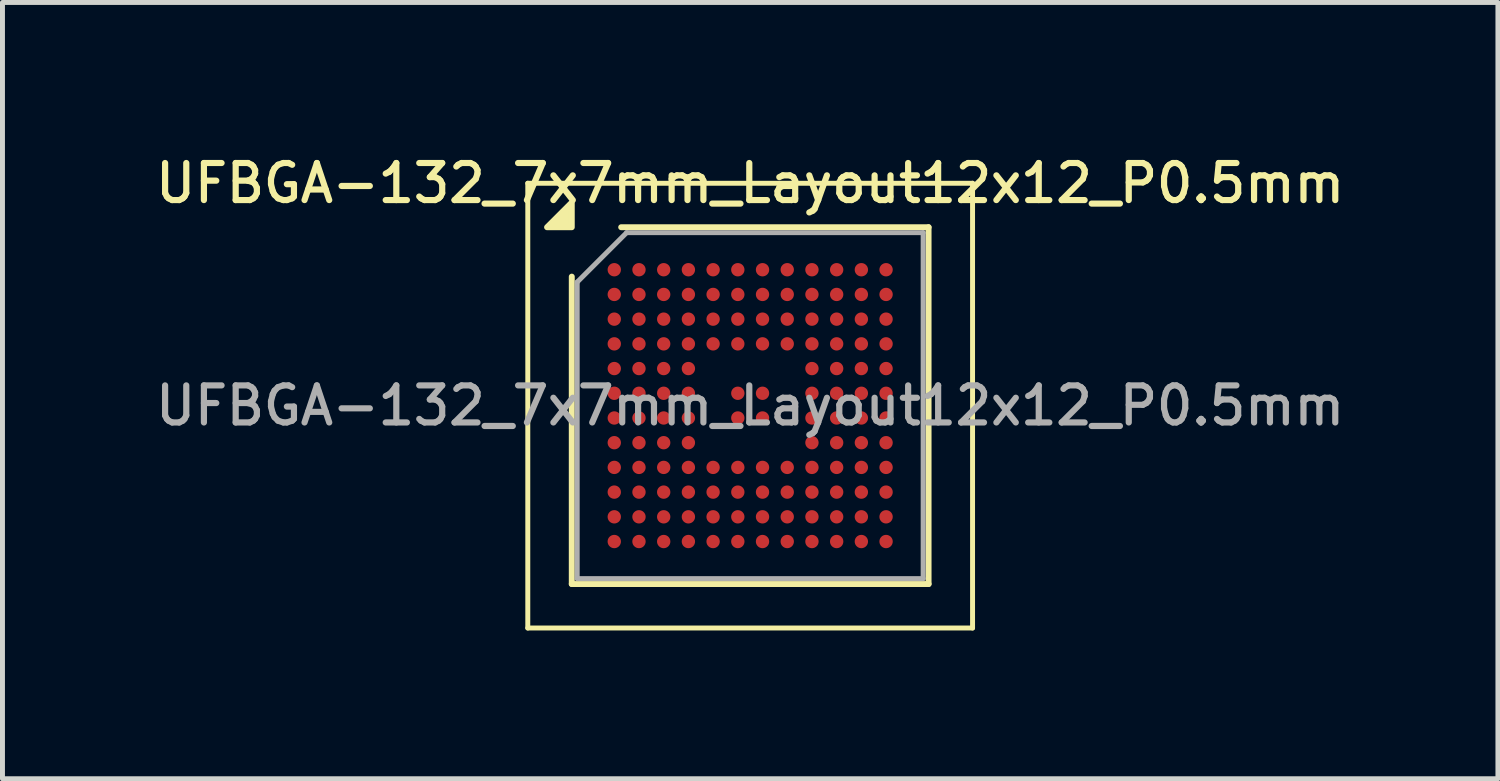
<source format=kicad_pcb>
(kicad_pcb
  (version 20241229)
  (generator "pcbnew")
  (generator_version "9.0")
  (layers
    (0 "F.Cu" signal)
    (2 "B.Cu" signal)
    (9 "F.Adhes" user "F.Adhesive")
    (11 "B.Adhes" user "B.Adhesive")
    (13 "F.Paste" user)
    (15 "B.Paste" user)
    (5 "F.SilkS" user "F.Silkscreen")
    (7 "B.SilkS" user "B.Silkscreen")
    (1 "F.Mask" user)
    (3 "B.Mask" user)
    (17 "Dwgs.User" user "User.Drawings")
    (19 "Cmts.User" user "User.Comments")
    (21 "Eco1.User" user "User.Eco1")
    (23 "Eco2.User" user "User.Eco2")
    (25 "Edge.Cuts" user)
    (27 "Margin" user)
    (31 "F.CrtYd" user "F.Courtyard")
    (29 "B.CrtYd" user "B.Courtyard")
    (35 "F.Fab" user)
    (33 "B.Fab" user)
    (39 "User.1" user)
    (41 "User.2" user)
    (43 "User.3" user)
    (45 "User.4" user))
  (footprint "UFBGA-132_7x7mm_Layout12x12_P0.5mm"
    (layer "F.Cu")
    (at 12.13 5.158)
    (property "Reference" "UFBGA-132_7x7mm_Layout12x12_P0.5mm" (at 0 -4.5 0) (layer "F.SilkS") (effects (font (size 0.75 0.75) (thickness 0.125))))
    (attr smd)
    (fp_line (start -4.5 -4.5) (end -4.5 4.5) (stroke (width 0.1) (type solid)) (layer "F.SilkS"))
    (fp_line (start -4.5 4.5) (end 4.5 4.5) (stroke (width 0.1) (type solid)) (layer "F.SilkS"))
    (fp_line (start -3.61 3.61) (end -3.61 -2.61) (stroke (width 0.12) (type solid)) (layer "F.SilkS"))
    (fp_line (start -2.61 -3.61) (end 3.61 -3.61) (stroke (width 0.12) (type solid)) (layer "F.SilkS"))
    (fp_line (start 3.61 -3.61) (end 3.61 3.61) (stroke (width 0.12) (type solid)) (layer "F.SilkS"))
    (fp_line (start 3.61 3.61) (end -3.61 3.61) (stroke (width 0.12) (type solid)) (layer "F.SilkS"))
    (fp_line (start 4.5 -4.5) (end -4.5 -4.5) (stroke (width 0.1) (type solid)) (layer "F.SilkS"))
    (fp_line (start 4.5 4.5) (end 4.5 -4.5) (stroke (width 0.1) (type solid)) (layer "F.SilkS"))
    (fp_poly (pts (xy -3.61 -3.61) (xy -4.11 -3.61) (xy -3.61 -4.11) (xy -3.61 -3.61)) (stroke (width 0.12) (type solid)) (fill yes) (layer "F.SilkS"))
    (fp_line (start -3.5 -2.5) (end -2.5 -3.5) (stroke (width 0.1) (type solid)) (layer "F.Fab"))
    (fp_line (start -3.5 3.5) (end -3.5 -2.5) (stroke (width 0.1) (type solid)) (layer "F.Fab"))
    (fp_line (start -2.5 -3.5) (end 3.5 -3.5) (stroke (width 0.1) (type solid)) (layer "F.Fab"))
    (fp_line (start 3.5 -3.5) (end 3.5 3.5) (stroke (width 0.1) (type solid)) (layer "F.Fab"))
    (fp_line (start 3.5 3.5) (end -3.5 3.5) (stroke (width 0.1) (type solid)) (layer "F.Fab"))
    (fp_text user "${REFERENCE}" (at 0 0 0) (layer "F.Fab") (effects (font (size 0.75 0.75) (thickness 0.125))))
    (pad "A1" smd circle (at -2.75 -2.75) (size 0.27 0.27) (property pad_prop_bga) (layers "F.Cu" "F.Mask" "F.Paste"))
    (pad "A2" smd circle (at -2.25 -2.75) (size 0.27 0.27) (property pad_prop_bga) (layers "F.Cu" "F.Mask" "F.Paste"))
    (pad "A3" smd circle (at -1.75 -2.75) (size 0.27 0.27) (property pad_prop_bga) (layers "F.Cu" "F.Mask" "F.Paste"))
    (pad "A4" smd circle (at -1.25 -2.75) (size 0.27 0.27) (property pad_prop_bga) (layers "F.Cu" "F.Mask" "F.Paste"))
    (pad "A5" smd circle (at -0.75 -2.75) (size 0.27 0.27) (property pad_prop_bga) (layers "F.Cu" "F.Mask" "F.Paste"))
    (pad "A6" smd circle (at -0.25 -2.75) (size 0.27 0.27) (property pad_prop_bga) (layers "F.Cu" "F.Mask" "F.Paste"))
    (pad "A7" smd circle (at 0.25 -2.75) (size 0.27 0.27) (property pad_prop_bga) (layers "F.Cu" "F.Mask" "F.Paste"))
    (pad "A8" smd circle (at 0.75 -2.75) (size 0.27 0.27) (property pad_prop_bga) (layers "F.Cu" "F.Mask" "F.Paste"))
    (pad "A9" smd circle (at 1.25 -2.75) (size 0.27 0.27) (property pad_prop_bga) (layers "F.Cu" "F.Mask" "F.Paste"))
    (pad "A10" smd circle (at 1.75 -2.75) (size 0.27 0.27) (property pad_prop_bga) (layers "F.Cu" "F.Mask" "F.Paste"))
    (pad "A11" smd circle (at 2.25 -2.75) (size 0.27 0.27) (property pad_prop_bga) (layers "F.Cu" "F.Mask" "F.Paste"))
    (pad "A12" smd circle (at 2.75 -2.75) (size 0.27 0.27) (property pad_prop_bga) (layers "F.Cu" "F.Mask" "F.Paste"))
    (pad "B1" smd circle (at -2.75 -2.25) (size 0.27 0.27) (property pad_prop_bga) (layers "F.Cu" "F.Mask" "F.Paste"))
    (pad "B2" smd circle (at -2.25 -2.25) (size 0.27 0.27) (property pad_prop_bga) (layers "F.Cu" "F.Mask" "F.Paste"))
    (pad "B3" smd circle (at -1.75 -2.25) (size 0.27 0.27) (property pad_prop_bga) (layers "F.Cu" "F.Mask" "F.Paste"))
    (pad "B4" smd circle (at -1.25 -2.25) (size 0.27 0.27) (property pad_prop_bga) (layers "F.Cu" "F.Mask" "F.Paste"))
    (pad "B5" smd circle (at -0.75 -2.25) (size 0.27 0.27) (property pad_prop_bga) (layers "F.Cu" "F.Mask" "F.Paste"))
    (pad "B6" smd circle (at -0.25 -2.25) (size 0.27 0.27) (property pad_prop_bga) (layers "F.Cu" "F.Mask" "F.Paste"))
    (pad "B7" smd circle (at 0.25 -2.25) (size 0.27 0.27) (property pad_prop_bga) (layers "F.Cu" "F.Mask" "F.Paste"))
    (pad "B8" smd circle (at 0.75 -2.25) (size 0.27 0.27) (property pad_prop_bga) (layers "F.Cu" "F.Mask" "F.Paste"))
    (pad "B9" smd circle (at 1.25 -2.25) (size 0.27 0.27) (property pad_prop_bga) (layers "F.Cu" "F.Mask" "F.Paste"))
    (pad "B10" smd circle (at 1.75 -2.25) (size 0.27 0.27) (property pad_prop_bga) (layers "F.Cu" "F.Mask" "F.Paste"))
    (pad "B11" smd circle (at 2.25 -2.25) (size 0.27 0.27) (property pad_prop_bga) (layers "F.Cu" "F.Mask" "F.Paste"))
    (pad "B12" smd circle (at 2.75 -2.25) (size 0.27 0.27) (property pad_prop_bga) (layers "F.Cu" "F.Mask" "F.Paste"))
    (pad "C1" smd circle (at -2.75 -1.75) (size 0.27 0.27) (property pad_prop_bga) (layers "F.Cu" "F.Mask" "F.Paste"))
    (pad "C2" smd circle (at -2.25 -1.75) (size 0.27 0.27) (property pad_prop_bga) (layers "F.Cu" "F.Mask" "F.Paste"))
    (pad "C3" smd circle (at -1.75 -1.75) (size 0.27 0.27) (property pad_prop_bga) (layers "F.Cu" "F.Mask" "F.Paste"))
    (pad "C4" smd circle (at -1.25 -1.75) (size 0.27 0.27) (property pad_prop_bga) (layers "F.Cu" "F.Mask" "F.Paste"))
    (pad "C5" smd circle (at -0.75 -1.75) (size 0.27 0.27) (property pad_prop_bga) (layers "F.Cu" "F.Mask" "F.Paste"))
    (pad "C6" smd circle (at -0.25 -1.75) (size 0.27 0.27) (property pad_prop_bga) (layers "F.Cu" "F.Mask" "F.Paste"))
    (pad "C7" smd circle (at 0.25 -1.75) (size 0.27 0.27) (property pad_prop_bga) (layers "F.Cu" "F.Mask" "F.Paste"))
    (pad "C8" smd circle (at 0.75 -1.75) (size 0.27 0.27) (property pad_prop_bga) (layers "F.Cu" "F.Mask" "F.Paste"))
    (pad "C9" smd circle (at 1.25 -1.75) (size 0.27 0.27) (property pad_prop_bga) (layers "F.Cu" "F.Mask" "F.Paste"))
    (pad "C10" smd circle (at 1.75 -1.75) (size 0.27 0.27) (property pad_prop_bga) (layers "F.Cu" "F.Mask" "F.Paste"))
    (pad "C11" smd circle (at 2.25 -1.75) (size 0.27 0.27) (property pad_prop_bga) (layers "F.Cu" "F.Mask" "F.Paste"))
    (pad "C12" smd circle (at 2.75 -1.75) (size 0.27 0.27) (property pad_prop_bga) (layers "F.Cu" "F.Mask" "F.Paste"))
    (pad "D1" smd circle (at -2.75 -1.25) (size 0.27 0.27) (property pad_prop_bga) (layers "F.Cu" "F.Mask" "F.Paste"))
    (pad "D2" smd circle (at -2.25 -1.25) (size 0.27 0.27) (property pad_prop_bga) (layers "F.Cu" "F.Mask" "F.Paste"))
    (pad "D3" smd circle (at -1.75 -1.25) (size 0.27 0.27) (property pad_prop_bga) (layers "F.Cu" "F.Mask" "F.Paste"))
    (pad "D4" smd circle (at -1.25 -1.25) (size 0.27 0.27) (property pad_prop_bga) (layers "F.Cu" "F.Mask" "F.Paste"))
    (pad "D5" smd circle (at -0.75 -1.25) (size 0.27 0.27) (property pad_prop_bga) (layers "F.Cu" "F.Mask" "F.Paste"))
    (pad "D6" smd circle (at -0.25 -1.25) (size 0.27 0.27) (property pad_prop_bga) (layers "F.Cu" "F.Mask" "F.Paste"))
    (pad "D7" smd circle (at 0.25 -1.25) (size 0.27 0.27) (property pad_prop_bga) (layers "F.Cu" "F.Mask" "F.Paste"))
    (pad "D8" smd circle (at 0.75 -1.25) (size 0.27 0.27) (property pad_prop_bga) (layers "F.Cu" "F.Mask" "F.Paste"))
    (pad "D9" smd circle (at 1.25 -1.25) (size 0.27 0.27) (property pad_prop_bga) (layers "F.Cu" "F.Mask" "F.Paste"))
    (pad "D10" smd circle (at 1.75 -1.25) (size 0.27 0.27) (property pad_prop_bga) (layers "F.Cu" "F.Mask" "F.Paste"))
    (pad "D11" smd circle (at 2.25 -1.25) (size 0.27 0.27) (property pad_prop_bga) (layers "F.Cu" "F.Mask" "F.Paste"))
    (pad "D12" smd circle (at 2.75 -1.25) (size 0.27 0.27) (property pad_prop_bga) (layers "F.Cu" "F.Mask" "F.Paste"))
    (pad "E1" smd circle (at -2.75 -0.75) (size 0.27 0.27) (property pad_prop_bga) (layers "F.Cu" "F.Mask" "F.Paste"))
    (pad "E2" smd circle (at -2.25 -0.75) (size 0.27 0.27) (property pad_prop_bga) (layers "F.Cu" "F.Mask" "F.Paste"))
    (pad "E3" smd circle (at -1.75 -0.75) (size 0.27 0.27) (property pad_prop_bga) (layers "F.Cu" "F.Mask" "F.Paste"))
    (pad "E4" smd circle (at -1.25 -0.75) (size 0.27 0.27) (property pad_prop_bga) (layers "F.Cu" "F.Mask" "F.Paste"))
    (pad "E9" smd circle (at 1.25 -0.75) (size 0.27 0.27) (property pad_prop_bga) (layers "F.Cu" "F.Mask" "F.Paste"))
    (pad "E10" smd circle (at 1.75 -0.75) (size 0.27 0.27) (property pad_prop_bga) (layers "F.Cu" "F.Mask" "F.Paste"))
    (pad "E11" smd circle (at 2.25 -0.75) (size 0.27 0.27) (property pad_prop_bga) (layers "F.Cu" "F.Mask" "F.Paste"))
    (pad "E12" smd circle (at 2.75 -0.75) (size 0.27 0.27) (property pad_prop_bga) (layers "F.Cu" "F.Mask" "F.Paste"))
    (pad "F1" smd circle (at -2.75 -0.25) (size 0.27 0.27) (property pad_prop_bga) (layers "F.Cu" "F.Mask" "F.Paste"))
    (pad "F2" smd circle (at -2.25 -0.25) (size 0.27 0.27) (property pad_prop_bga) (layers "F.Cu" "F.Mask" "F.Paste"))
    (pad "F3" smd circle (at -1.75 -0.25) (size 0.27 0.27) (property pad_prop_bga) (layers "F.Cu" "F.Mask" "F.Paste"))
    (pad "F4" smd circle (at -1.25 -0.25) (size 0.27 0.27) (property pad_prop_bga) (layers "F.Cu" "F.Mask" "F.Paste"))
    (pad "F6" smd circle (at -0.25 -0.25) (size 0.27 0.27) (property pad_prop_bga) (layers "F.Cu" "F.Mask" "F.Paste"))
    (pad "F7" smd circle (at 0.25 -0.25) (size 0.27 0.27) (property pad_prop_bga) (layers "F.Cu" "F.Mask" "F.Paste"))
    (pad "F9" smd circle (at 1.25 -0.25) (size 0.27 0.27) (property pad_prop_bga) (layers "F.Cu" "F.Mask" "F.Paste"))
    (pad "F10" smd circle (at 1.75 -0.25) (size 0.27 0.27) (property pad_prop_bga) (layers "F.Cu" "F.Mask" "F.Paste"))
    (pad "F11" smd circle (at 2.25 -0.25) (size 0.27 0.27) (property pad_prop_bga) (layers "F.Cu" "F.Mask" "F.Paste"))
    (pad "F12" smd circle (at 2.75 -0.25) (size 0.27 0.27) (property pad_prop_bga) (layers "F.Cu" "F.Mask" "F.Paste"))
    (pad "G1" smd circle (at -2.75 0.25) (size 0.27 0.27) (property pad_prop_bga) (layers "F.Cu" "F.Mask" "F.Paste"))
    (pad "G2" smd circle (at -2.25 0.25) (size 0.27 0.27) (property pad_prop_bga) (layers "F.Cu" "F.Mask" "F.Paste"))
    (pad "G3" smd circle (at -1.75 0.25) (size 0.27 0.27) (property pad_prop_bga) (layers "F.Cu" "F.Mask" "F.Paste"))
    (pad "G4" smd circle (at -1.25 0.25) (size 0.27 0.27) (property pad_prop_bga) (layers "F.Cu" "F.Mask" "F.Paste"))
    (pad "G6" smd circle (at -0.25 0.25) (size 0.27 0.27) (property pad_prop_bga) (layers "F.Cu" "F.Mask" "F.Paste"))
    (pad "G7" smd circle (at 0.25 0.25) (size 0.27 0.27) (property pad_prop_bga) (layers "F.Cu" "F.Mask" "F.Paste"))
    (pad "G9" smd circle (at 1.25 0.25) (size 0.27 0.27) (property pad_prop_bga) (layers "F.Cu" "F.Mask" "F.Paste"))
    (pad "G10" smd circle (at 1.75 0.25) (size 0.27 0.27) (property pad_prop_bga) (layers "F.Cu" "F.Mask" "F.Paste"))
    (pad "G11" smd circle (at 2.25 0.25) (size 0.27 0.27) (property pad_prop_bga) (layers "F.Cu" "F.Mask" "F.Paste"))
    (pad "G12" smd circle (at 2.75 0.25) (size 0.27 0.27) (property pad_prop_bga) (layers "F.Cu" "F.Mask" "F.Paste"))
    (pad "H1" smd circle (at -2.75 0.75) (size 0.27 0.27) (property pad_prop_bga) (layers "F.Cu" "F.Mask" "F.Paste"))
    (pad "H2" smd circle (at -2.25 0.75) (size 0.27 0.27) (property pad_prop_bga) (layers "F.Cu" "F.Mask" "F.Paste"))
    (pad "H3" smd circle (at -1.75 0.75) (size 0.27 0.27) (property pad_prop_bga) (layers "F.Cu" "F.Mask" "F.Paste"))
    (pad "H4" smd circle (at -1.25 0.75) (size 0.27 0.27) (property pad_prop_bga) (layers "F.Cu" "F.Mask" "F.Paste"))
    (pad "H9" smd circle (at 1.25 0.75) (size 0.27 0.27) (property pad_prop_bga) (layers "F.Cu" "F.Mask" "F.Paste"))
    (pad "H10" smd circle (at 1.75 0.75) (size 0.27 0.27) (property pad_prop_bga) (layers "F.Cu" "F.Mask" "F.Paste"))
    (pad "H11" smd circle (at 2.25 0.75) (size 0.27 0.27) (property pad_prop_bga) (layers "F.Cu" "F.Mask" "F.Paste"))
    (pad "H12" smd circle (at 2.75 0.75) (size 0.27 0.27) (property pad_prop_bga) (layers "F.Cu" "F.Mask" "F.Paste"))
    (pad "J1" smd circle (at -2.75 1.25) (size 0.27 0.27) (property pad_prop_bga) (layers "F.Cu" "F.Mask" "F.Paste"))
    (pad "J2" smd circle (at -2.25 1.25) (size 0.27 0.27) (property pad_prop_bga) (layers "F.Cu" "F.Mask" "F.Paste"))
    (pad "J3" smd circle (at -1.75 1.25) (size 0.27 0.27) (property pad_prop_bga) (layers "F.Cu" "F.Mask" "F.Paste"))
    (pad "J4" smd circle (at -1.25 1.25) (size 0.27 0.27) (property pad_prop_bga) (layers "F.Cu" "F.Mask" "F.Paste"))
    (pad "J5" smd circle (at -0.75 1.25) (size 0.27 0.27) (property pad_prop_bga) (layers "F.Cu" "F.Mask" "F.Paste"))
    (pad "J6" smd circle (at -0.25 1.25) (size 0.27 0.27) (property pad_prop_bga) (layers "F.Cu" "F.Mask" "F.Paste"))
    (pad "J7" smd circle (at 0.25 1.25) (size 0.27 0.27) (property pad_prop_bga) (layers "F.Cu" "F.Mask" "F.Paste"))
    (pad "J8" smd circle (at 0.75 1.25) (size 0.27 0.27) (property pad_prop_bga) (layers "F.Cu" "F.Mask" "F.Paste"))
    (pad "J9" smd circle (at 1.25 1.25) (size 0.27 0.27) (property pad_prop_bga) (layers "F.Cu" "F.Mask" "F.Paste"))
    (pad "J10" smd circle (at 1.75 1.25) (size 0.27 0.27) (property pad_prop_bga) (layers "F.Cu" "F.Mask" "F.Paste"))
    (pad "J11" smd circle (at 2.25 1.25) (size 0.27 0.27) (property pad_prop_bga) (layers "F.Cu" "F.Mask" "F.Paste"))
    (pad "J12" smd circle (at 2.75 1.25) (size 0.27 0.27) (property pad_prop_bga) (layers "F.Cu" "F.Mask" "F.Paste"))
    (pad "K1" smd circle (at -2.75 1.75) (size 0.27 0.27) (property pad_prop_bga) (layers "F.Cu" "F.Mask" "F.Paste"))
    (pad "K2" smd circle (at -2.25 1.75) (size 0.27 0.27) (property pad_prop_bga) (layers "F.Cu" "F.Mask" "F.Paste"))
    (pad "K3" smd circle (at -1.75 1.75) (size 0.27 0.27) (property pad_prop_bga) (layers "F.Cu" "F.Mask" "F.Paste"))
    (pad "K4" smd circle (at -1.25 1.75) (size 0.27 0.27) (property pad_prop_bga) (layers "F.Cu" "F.Mask" "F.Paste"))
    (pad "K5" smd circle (at -0.75 1.75) (size 0.27 0.27) (property pad_prop_bga) (layers "F.Cu" "F.Mask" "F.Paste"))
    (pad "K6" smd circle (at -0.25 1.75) (size 0.27 0.27) (property pad_prop_bga) (layers "F.Cu" "F.Mask" "F.Paste"))
    (pad "K7" smd circle (at 0.25 1.75) (size 0.27 0.27) (property pad_prop_bga) (layers "F.Cu" "F.Mask" "F.Paste"))
    (pad "K8" smd circle (at 0.75 1.75) (size 0.27 0.27) (property pad_prop_bga) (layers "F.Cu" "F.Mask" "F.Paste"))
    (pad "K9" smd circle (at 1.25 1.75) (size 0.27 0.27) (property pad_prop_bga) (layers "F.Cu" "F.Mask" "F.Paste"))
    (pad "K10" smd circle (at 1.75 1.75) (size 0.27 0.27) (property pad_prop_bga) (layers "F.Cu" "F.Mask" "F.Paste"))
    (pad "K11" smd circle (at 2.25 1.75) (size 0.27 0.27) (property pad_prop_bga) (layers "F.Cu" "F.Mask" "F.Paste"))
    (pad "K12" smd circle (at 2.75 1.75) (size 0.27 0.27) (property pad_prop_bga) (layers "F.Cu" "F.Mask" "F.Paste"))
    (pad "L1" smd circle (at -2.75 2.25) (size 0.27 0.27) (property pad_prop_bga) (layers "F.Cu" "F.Mask" "F.Paste"))
    (pad "L2" smd circle (at -2.25 2.25) (size 0.27 0.27) (property pad_prop_bga) (layers "F.Cu" "F.Mask" "F.Paste"))
    (pad "L3" smd circle (at -1.75 2.25) (size 0.27 0.27) (property pad_prop_bga) (layers "F.Cu" "F.Mask" "F.Paste"))
    (pad "L4" smd circle (at -1.25 2.25) (size 0.27 0.27) (property pad_prop_bga) (layers "F.Cu" "F.Mask" "F.Paste"))
    (pad "L5" smd circle (at -0.75 2.25) (size 0.27 0.27) (property pad_prop_bga) (layers "F.Cu" "F.Mask" "F.Paste"))
    (pad "L6" smd circle (at -0.25 2.25) (size 0.27 0.27) (property pad_prop_bga) (layers "F.Cu" "F.Mask" "F.Paste"))
    (pad "L7" smd circle (at 0.25 2.25) (size 0.27 0.27) (property pad_prop_bga) (layers "F.Cu" "F.Mask" "F.Paste"))
    (pad "L8" smd circle (at 0.75 2.25) (size 0.27 0.27) (property pad_prop_bga) (layers "F.Cu" "F.Mask" "F.Paste"))
    (pad "L9" smd circle (at 1.25 2.25) (size 0.27 0.27) (property pad_prop_bga) (layers "F.Cu" "F.Mask" "F.Paste"))
    (pad "L10" smd circle (at 1.75 2.25) (size 0.27 0.27) (property pad_prop_bga) (layers "F.Cu" "F.Mask" "F.Paste"))
    (pad "L11" smd circle (at 2.25 2.25) (size 0.27 0.27) (property pad_prop_bga) (layers "F.Cu" "F.Mask" "F.Paste"))
    (pad "L12" smd circle (at 2.75 2.25) (size 0.27 0.27) (property pad_prop_bga) (layers "F.Cu" "F.Mask" "F.Paste"))
    (pad "M1" smd circle (at -2.75 2.75) (size 0.27 0.27) (property pad_prop_bga) (layers "F.Cu" "F.Mask" "F.Paste"))
    (pad "M2" smd circle (at -2.25 2.75) (size 0.27 0.27) (property pad_prop_bga) (layers "F.Cu" "F.Mask" "F.Paste"))
    (pad "M3" smd circle (at -1.75 2.75) (size 0.27 0.27) (property pad_prop_bga) (layers "F.Cu" "F.Mask" "F.Paste"))
    (pad "M4" smd circle (at -1.25 2.75) (size 0.27 0.27) (property pad_prop_bga) (layers "F.Cu" "F.Mask" "F.Paste"))
    (pad "M5" smd circle (at -0.75 2.75) (size 0.27 0.27) (property pad_prop_bga) (layers "F.Cu" "F.Mask" "F.Paste"))
    (pad "M6" smd circle (at -0.25 2.75) (size 0.27 0.27) (property pad_prop_bga) (layers "F.Cu" "F.Mask" "F.Paste"))
    (pad "M7" smd circle (at 0.25 2.75) (size 0.27 0.27) (property pad_prop_bga) (layers "F.Cu" "F.Mask" "F.Paste"))
    (pad "M8" smd circle (at 0.75 2.75) (size 0.27 0.27) (property pad_prop_bga) (layers "F.Cu" "F.Mask" "F.Paste"))
    (pad "M9" smd circle (at 1.25 2.75) (size 0.27 0.27) (property pad_prop_bga) (layers "F.Cu" "F.Mask" "F.Paste"))
    (pad "M10" smd circle (at 1.75 2.75) (size 0.27 0.27) (property pad_prop_bga) (layers "F.Cu" "F.Mask" "F.Paste"))
    (pad "M11" smd circle (at 2.25 2.75) (size 0.27 0.27) (property pad_prop_bga) (layers "F.Cu" "F.Mask" "F.Paste"))
    (pad "M12" smd circle (at 2.75 2.75) (size 0.27 0.27) (property pad_prop_bga) (layers "F.Cu" "F.Mask" "F.Paste")))
  (gr_rect
    (start -3 -3)
    (end 27.261 12.708)
    (stroke (width 0.1) (type default))
    (fill no)
    (layer "Edge.Cuts")))
</source>
